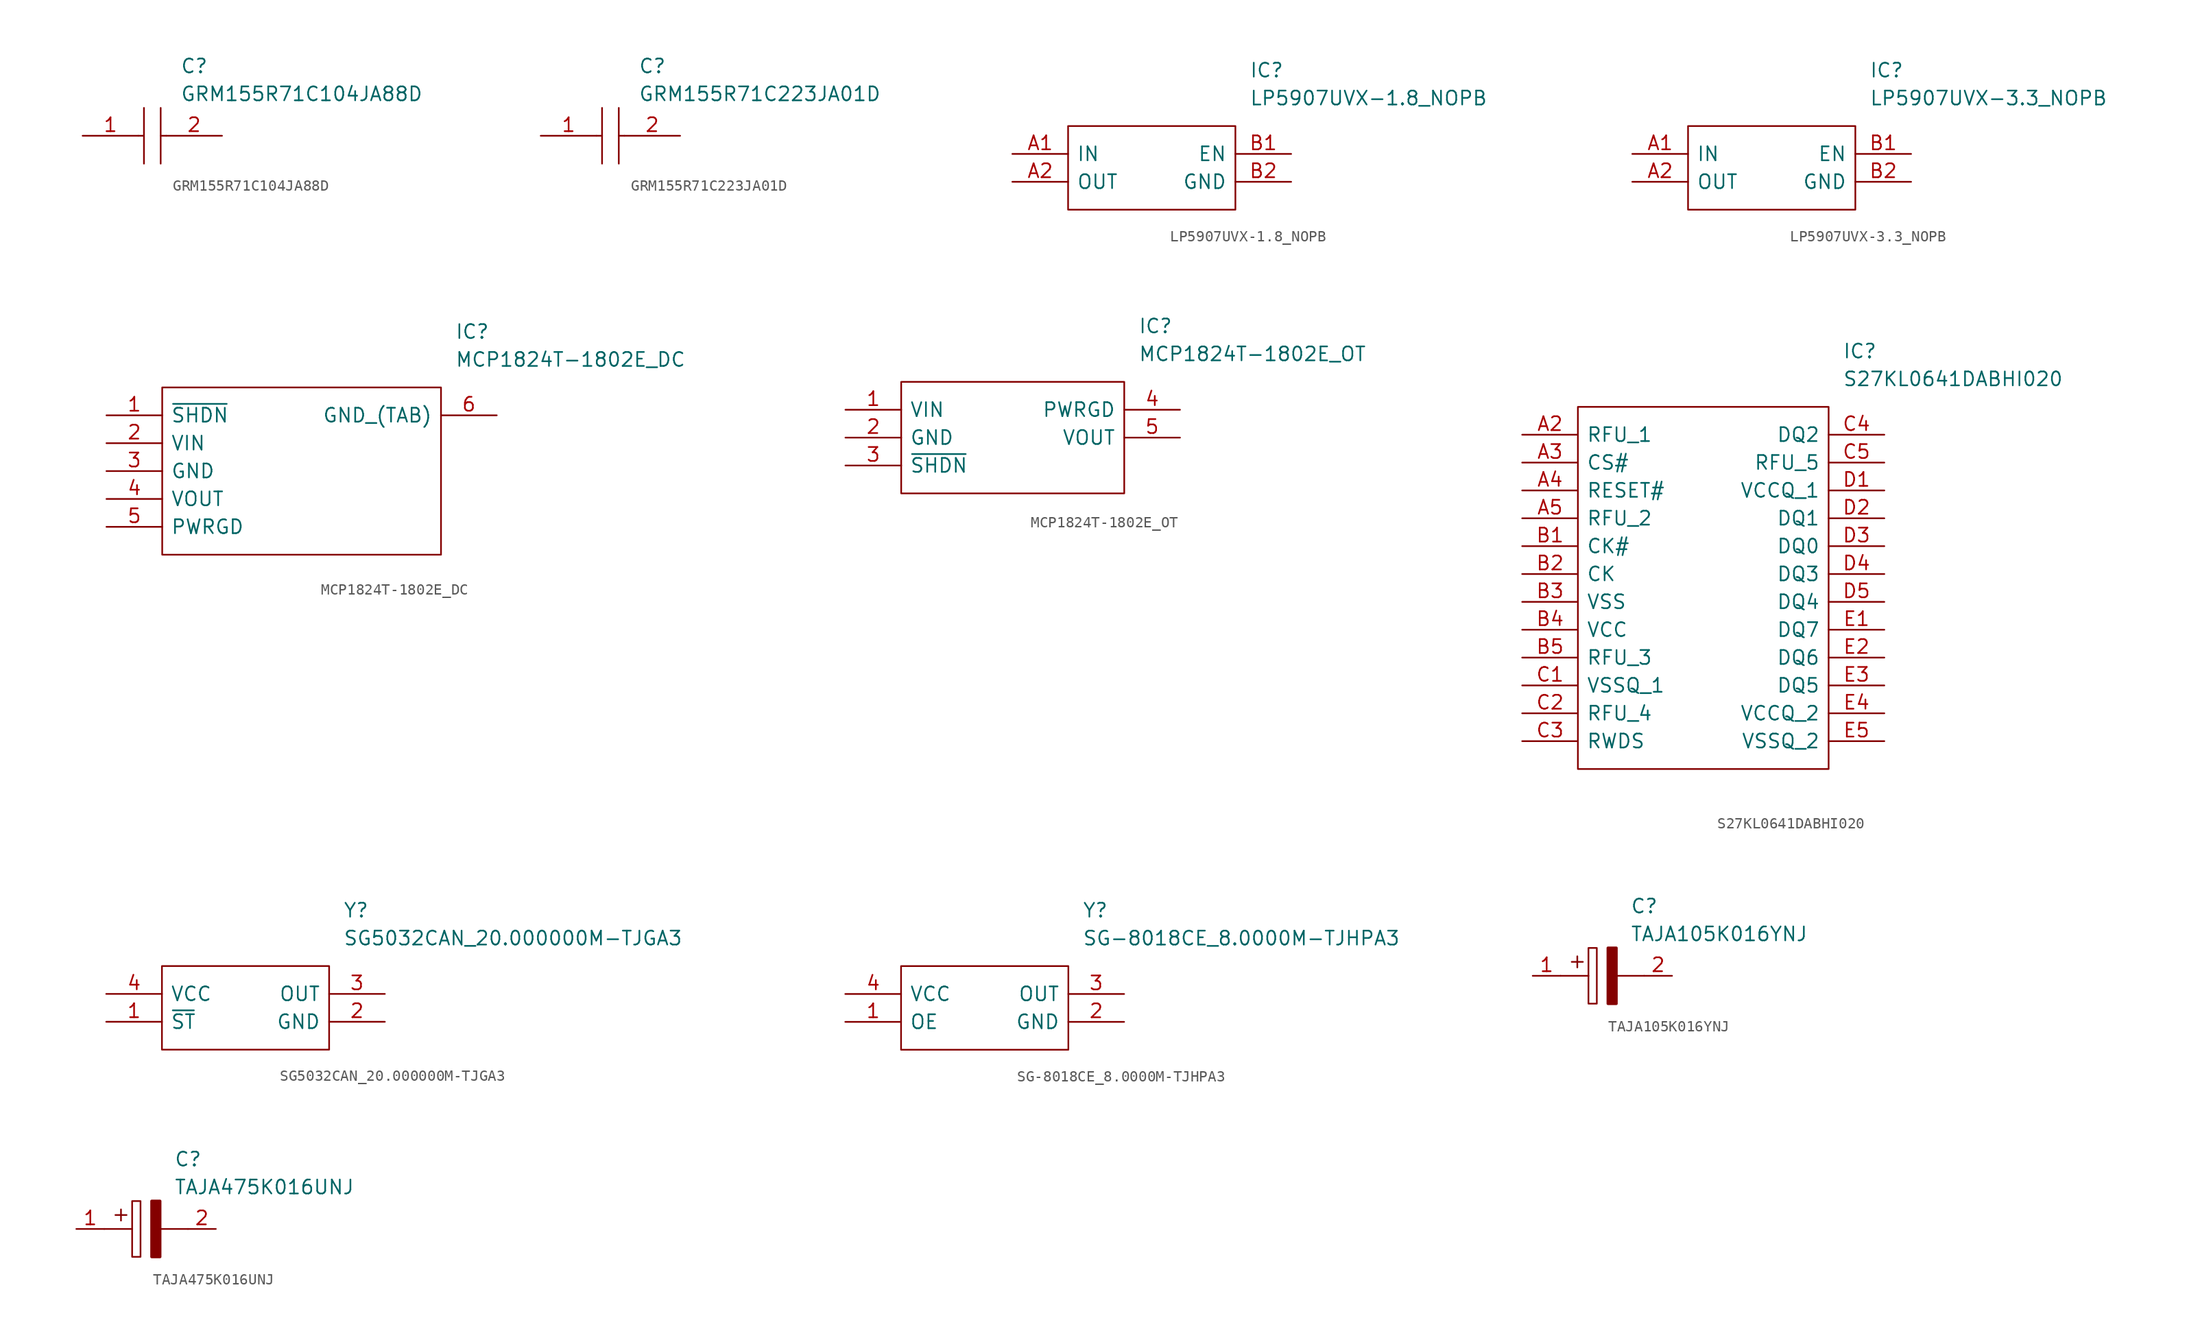
<source format=kicad_sym>
(kicad_symbol_lib
  (version 20211014)
  (generator kicad_symbol_editor)
  (symbol "GRM155R71C104JA88D"
    (pin_names
      (offset 0.762))
    (property "Reference" "C"
      (at 8.89 6.35 0)
      (effects (font (size 1.27 1.27)) (justify left)))
    (property "Value" "GRM155R71C104JA88D"
      (at 8.89 3.81 0)
      (effects (font (size 1.27 1.27)) (justify left)))
    (symbol "GRM155R71C104JA88D_0_0"
      (pin passive line (at 0 0 0) (length 5.08) (name "~" (effects (font (size 1.27 1.27)))) (number "1" (effects (font (size 1.27 1.27)))))
      (pin passive line (at 12.7 0 180) (length 5.08) (name "~" (effects (font (size 1.27 1.27)))) (number "2" (effects (font (size 1.27 1.27))))))
    (symbol "GRM155R71C104JA88D_0_1"
      (polyline (pts (xy 5.08 0) (xy 5.588 0)) (stroke (width 0.152) (type default) (color 0 0 0 0)) (fill (type none)))
      (polyline (pts (xy 5.588 2.54) (xy 5.588 -2.54)) (stroke (width 0.152) (type default) (color 0 0 0 0)) (fill (type none)))
      (polyline (pts (xy 7.112 0) (xy 7.62 0)) (stroke (width 0.152) (type default) (color 0 0 0 0)) (fill (type none)))
      (polyline (pts (xy 7.112 2.54) (xy 7.112 -2.54)) (stroke (width 0.152) (type default) (color 0 0 0 0)) (fill (type none)))))
  (symbol "GRM155R71C223JA01D"
    (pin_names
      (offset 0.762))
    (property "Reference" "C"
      (at 8.89 6.35 0)
      (effects (font (size 1.27 1.27)) (justify left)))
    (property "Value" "GRM155R71C223JA01D"
      (at 8.89 3.81 0)
      (effects (font (size 1.27 1.27)) (justify left)))
    (symbol "GRM155R71C223JA01D_0_0"
      (pin passive line (at 0 0 0) (length 5.08) (name "~" (effects (font (size 1.27 1.27)))) (number "1" (effects (font (size 1.27 1.27)))))
      (pin passive line (at 12.7 0 180) (length 5.08) (name "~" (effects (font (size 1.27 1.27)))) (number "2" (effects (font (size 1.27 1.27))))))
    (symbol "GRM155R71C223JA01D_0_1"
      (polyline (pts (xy 5.08 0) (xy 5.588 0)) (stroke (width 0.152) (type default) (color 0 0 0 0)) (fill (type none)))
      (polyline (pts (xy 5.588 2.54) (xy 5.588 -2.54)) (stroke (width 0.152) (type default) (color 0 0 0 0)) (fill (type none)))
      (polyline (pts (xy 7.112 0) (xy 7.62 0)) (stroke (width 0.152) (type default) (color 0 0 0 0)) (fill (type none)))
      (polyline (pts (xy 7.112 2.54) (xy 7.112 -2.54)) (stroke (width 0.152) (type default) (color 0 0 0 0)) (fill (type none)))))
  (symbol "LP5907UVX-1.8_NOPB"
    (pin_names
      (offset 0.762))
    (property "Reference" "IC"
      (at 21.59 7.62 0)
      (effects (font (size 1.27 1.27)) (justify left)))
    (property "Value" "LP5907UVX-1.8_NOPB"
      (at 21.59 5.08 0)
      (effects (font (size 1.27 1.27)) (justify left)))
    (symbol "LP5907UVX-1.8_NOPB_0_0"
      (pin power_in line (at 0 0 0) (length 5.08) (name "IN" (effects (font (size 1.27 1.27)))) (number "A1" (effects (font (size 1.27 1.27)))))
      (pin power_out line (at 0 -2.54 0) (length 5.08) (name "OUT" (effects (font (size 1.27 1.27)))) (number "A2" (effects (font (size 1.27 1.27)))))
      (pin passive line (at 25.4 0 180) (length 5.08) (name "EN" (effects (font (size 1.27 1.27)))) (number "B1" (effects (font (size 1.27 1.27)))))
      (pin passive line (at 25.4 -2.54 180) (length 5.08) (name "GND" (effects (font (size 1.27 1.27)))) (number "B2" (effects (font (size 1.27 1.27))))))
    (symbol "LP5907UVX-1.8_NOPB_0_1"
      (polyline (pts (xy 5.08 2.54) (xy 20.32 2.54) (xy 20.32 -5.08) (xy 5.08 -5.08) (xy 5.08 2.54)) (stroke (width 0.152) (type default) (color 0 0 0 0)) (fill (type none)))))
  (symbol "LP5907UVX-3.3_NOPB"
    (pin_names
      (offset 0.762))
    (property "Reference" "IC"
      (at 21.59 7.62 0)
      (effects (font (size 1.27 1.27)) (justify left)))
    (property "Value" "LP5907UVX-3.3_NOPB"
      (at 21.59 5.08 0)
      (effects (font (size 1.27 1.27)) (justify left)))
    (symbol "LP5907UVX-3.3_NOPB_0_0"
      (pin power_in line (at 0 0 0) (length 5.08) (name "IN" (effects (font (size 1.27 1.27)))) (number "A1" (effects (font (size 1.27 1.27)))))
      (pin power_out line (at 0 -2.54 0) (length 5.08) (name "OUT" (effects (font (size 1.27 1.27)))) (number "A2" (effects (font (size 1.27 1.27)))))
      (pin passive line (at 25.4 0 180) (length 5.08) (name "EN" (effects (font (size 1.27 1.27)))) (number "B1" (effects (font (size 1.27 1.27)))))
      (pin passive line (at 25.4 -2.54 180) (length 5.08) (name "GND" (effects (font (size 1.27 1.27)))) (number "B2" (effects (font (size 1.27 1.27))))))
    (symbol "LP5907UVX-3.3_NOPB_0_1"
      (polyline (pts (xy 5.08 2.54) (xy 20.32 2.54) (xy 20.32 -5.08) (xy 5.08 -5.08) (xy 5.08 2.54)) (stroke (width 0.152) (type default) (color 0 0 0 0)) (fill (type none)))))
  (symbol "MCP1824T-1802E_DC"
    (pin_names
      (offset 0.762))
    (property "Reference" "IC"
      (at 31.75 7.62 0)
      (effects (font (size 1.27 1.27)) (justify left)))
    (property "Value" "MCP1824T-1802E_DC"
      (at 31.75 5.08 0)
      (effects (font (size 1.27 1.27)) (justify left)))
    (symbol "MCP1824T-1802E_DC_0_0"
      (pin passive line (at 0 0 0) (length 5.08) (name "~{SHDN}" (effects (font (size 1.27 1.27)))) (number "1" (effects (font (size 1.27 1.27)))))
      (pin power_in line (at 0 -2.54 0) (length 5.08) (name "VIN" (effects (font (size 1.27 1.27)))) (number "2" (effects (font (size 1.27 1.27)))))
      (pin power_in line (at 0 -5.08 0) (length 5.08) (name "GND" (effects (font (size 1.27 1.27)))) (number "3" (effects (font (size 1.27 1.27)))))
      (pin power_out line (at 0 -7.62 0) (length 5.08) (name "VOUT" (effects (font (size 1.27 1.27)))) (number "4" (effects (font (size 1.27 1.27)))))
      (pin passive line (at 0 -10.16 0) (length 5.08) (name "PWRGD" (effects (font (size 1.27 1.27)))) (number "5" (effects (font (size 1.27 1.27)))))
      (pin power_in line (at 35.56 0 180) (length 5.08) (name "GND_(TAB)" (effects (font (size 1.27 1.27)))) (number "6" (effects (font (size 1.27 1.27))))))
    (symbol "MCP1824T-1802E_DC_0_1"
      (polyline (pts (xy 5.08 2.54) (xy 30.48 2.54) (xy 30.48 -12.7) (xy 5.08 -12.7) (xy 5.08 2.54)) (stroke (width 0.152) (type default) (color 0 0 0 0)) (fill (type none)))))
  (symbol "MCP1824T-1802E_OT"
    (pin_names
      (offset 0.762))
    (property "Reference" "IC"
      (at 26.67 7.62 0)
      (effects (font (size 1.27 1.27)) (justify left)))
    (property "Value" "MCP1824T-1802E_OT"
      (at 26.67 5.08 0)
      (effects (font (size 1.27 1.27)) (justify left)))
    (symbol "MCP1824T-1802E_OT_0_0"
      (pin power_in line (at 0 0 0) (length 5.08) (name "VIN" (effects (font (size 1.27 1.27)))) (number "1" (effects (font (size 1.27 1.27)))))
      (pin power_in line (at 0 -2.54 0) (length 5.08) (name "GND" (effects (font (size 1.27 1.27)))) (number "2" (effects (font (size 1.27 1.27)))))
      (pin passive line (at 0 -5.08 0) (length 5.08) (name "~{SHDN}" (effects (font (size 1.27 1.27)))) (number "3" (effects (font (size 1.27 1.27)))))
      (pin power_in line (at 30.48 0 180) (length 5.08) (name "PWRGD" (effects (font (size 1.27 1.27)))) (number "4" (effects (font (size 1.27 1.27)))))
      (pin power_out line (at 30.48 -2.54 180) (length 5.08) (name "VOUT" (effects (font (size 1.27 1.27)))) (number "5" (effects (font (size 1.27 1.27))))))
    (symbol "MCP1824T-1802E_OT_0_1"
      (polyline (pts (xy 5.08 2.54) (xy 25.4 2.54) (xy 25.4 -7.62) (xy 5.08 -7.62) (xy 5.08 2.54)) (stroke (width 0.152) (type default) (color 0 0 0 0)) (fill (type none)))))
  (symbol "S27KL0641DABHI020"
    (pin_names
      (offset 0.762))
    (property "Reference" "IC"
      (at 29.21 7.62 0)
      (effects (font (size 1.27 1.27)) (justify left)))
    (property "Value" "S27KL0641DABHI020"
      (at 29.21 5.08 0)
      (effects (font (size 1.27 1.27)) (justify left)))
    (symbol "S27KL0641DABHI020_0_0"
      (pin passive line (at 0 0 0) (length 5.08) (name "RFU_1" (effects (font (size 1.27 1.27)))) (number "A2" (effects (font (size 1.27 1.27)))))
      (pin passive line (at 0 -2.54 0) (length 5.08) (name "CS#" (effects (font (size 1.27 1.27)))) (number "A3" (effects (font (size 1.27 1.27)))))
      (pin passive line (at 0 -5.08 0) (length 5.08) (name "RESET#" (effects (font (size 1.27 1.27)))) (number "A4" (effects (font (size 1.27 1.27)))))
      (pin passive line (at 0 -7.62 0) (length 5.08) (name "RFU_2" (effects (font (size 1.27 1.27)))) (number "A5" (effects (font (size 1.27 1.27)))))
      (pin passive line (at 0 -10.16 0) (length 5.08) (name "CK#" (effects (font (size 1.27 1.27)))) (number "B1" (effects (font (size 1.27 1.27)))))
      (pin passive line (at 0 -12.7 0) (length 5.08) (name "CK" (effects (font (size 1.27 1.27)))) (number "B2" (effects (font (size 1.27 1.27)))))
      (pin passive line (at 0 -15.24 0) (length 5.08) (name "VSS" (effects (font (size 1.27 1.27)))) (number "B3" (effects (font (size 1.27 1.27)))))
      (pin passive line (at 0 -17.78 0) (length 5.08) (name "VCC" (effects (font (size 1.27 1.27)))) (number "B4" (effects (font (size 1.27 1.27)))))
      (pin passive line (at 0 -20.32 0) (length 5.08) (name "RFU_3" (effects (font (size 1.27 1.27)))) (number "B5" (effects (font (size 1.27 1.27)))))
      (pin passive line (at 0 -22.86 0) (length 5.08) (name "VSSQ_1" (effects (font (size 1.27 1.27)))) (number "C1" (effects (font (size 1.27 1.27)))))
      (pin passive line (at 0 -25.4 0) (length 5.08) (name "RFU_4" (effects (font (size 1.27 1.27)))) (number "C2" (effects (font (size 1.27 1.27)))))
      (pin passive line (at 0 -27.94 0) (length 5.08) (name "RWDS" (effects (font (size 1.27 1.27)))) (number "C3" (effects (font (size 1.27 1.27)))))
      (pin passive line (at 33.02 0 180) (length 5.08) (name "DQ2" (effects (font (size 1.27 1.27)))) (number "C4" (effects (font (size 1.27 1.27)))))
      (pin passive line (at 33.02 -2.54 180) (length 5.08) (name "RFU_5" (effects (font (size 1.27 1.27)))) (number "C5" (effects (font (size 1.27 1.27)))))
      (pin passive line (at 33.02 -5.08 180) (length 5.08) (name "VCCQ_1" (effects (font (size 1.27 1.27)))) (number "D1" (effects (font (size 1.27 1.27)))))
      (pin passive line (at 33.02 -7.62 180) (length 5.08) (name "DQ1" (effects (font (size 1.27 1.27)))) (number "D2" (effects (font (size 1.27 1.27)))))
      (pin passive line (at 33.02 -10.16 180) (length 5.08) (name "DQ0" (effects (font (size 1.27 1.27)))) (number "D3" (effects (font (size 1.27 1.27)))))
      (pin passive line (at 33.02 -12.7 180) (length 5.08) (name "DQ3" (effects (font (size 1.27 1.27)))) (number "D4" (effects (font (size 1.27 1.27)))))
      (pin passive line (at 33.02 -15.24 180) (length 5.08) (name "DQ4" (effects (font (size 1.27 1.27)))) (number "D5" (effects (font (size 1.27 1.27)))))
      (pin passive line (at 33.02 -17.78 180) (length 5.08) (name "DQ7" (effects (font (size 1.27 1.27)))) (number "E1" (effects (font (size 1.27 1.27)))))
      (pin passive line (at 33.02 -20.32 180) (length 5.08) (name "DQ6" (effects (font (size 1.27 1.27)))) (number "E2" (effects (font (size 1.27 1.27)))))
      (pin passive line (at 33.02 -22.86 180) (length 5.08) (name "DQ5" (effects (font (size 1.27 1.27)))) (number "E3" (effects (font (size 1.27 1.27)))))
      (pin passive line (at 33.02 -25.4 180) (length 5.08) (name "VCCQ_2" (effects (font (size 1.27 1.27)))) (number "E4" (effects (font (size 1.27 1.27)))))
      (pin passive line (at 33.02 -27.94 180) (length 5.08) (name "VSSQ_2" (effects (font (size 1.27 1.27)))) (number "E5" (effects (font (size 1.27 1.27))))))
    (symbol "S27KL0641DABHI020_0_1"
      (polyline (pts (xy 5.08 2.54) (xy 27.94 2.54) (xy 27.94 -30.48) (xy 5.08 -30.48) (xy 5.08 2.54)) (stroke (width 0.152) (type default) (color 0 0 0 0)) (fill (type none)))))
  (symbol "SG5032CAN_20.000000M-TJGA3"
    (pin_names
      (offset 0.762))
    (property "Reference" "Y"
      (at 21.59 7.62 0)
      (effects (font (size 1.27 1.27)) (justify left)))
    (property "Value" "SG5032CAN_20.000000M-TJGA3"
      (at 21.59 5.08 0)
      (effects (font (size 1.27 1.27)) (justify left)))
    (symbol "SG5032CAN_20.000000M-TJGA3_0_0"
      (pin passive line (at 0 -2.54 0) (length 5.08) (name "~{ST}" (effects (font (size 1.27 1.27)))) (number "1" (effects (font (size 1.27 1.27)))))
      (pin passive line (at 25.4 -2.54 180) (length 5.08) (name "GND" (effects (font (size 1.27 1.27)))) (number "2" (effects (font (size 1.27 1.27)))))
      (pin passive line (at 25.4 0 180) (length 5.08) (name "OUT" (effects (font (size 1.27 1.27)))) (number "3" (effects (font (size 1.27 1.27)))))
      (pin passive line (at 0 0 0) (length 5.08) (name "VCC" (effects (font (size 1.27 1.27)))) (number "4" (effects (font (size 1.27 1.27))))))
    (symbol "SG5032CAN_20.000000M-TJGA3_0_1"
      (polyline (pts (xy 5.08 2.54) (xy 20.32 2.54) (xy 20.32 -5.08) (xy 5.08 -5.08) (xy 5.08 2.54)) (stroke (width 0.152) (type default) (color 0 0 0 0)) (fill (type none)))))
  (symbol "SG-8018CE_8.0000M-TJHPA3"
    (pin_names
      (offset 0.762))
    (property "Reference" "Y"
      (at 21.59 7.62 0)
      (effects (font (size 1.27 1.27)) (justify left)))
    (property "Value" "SG-8018CE_8.0000M-TJHPA3"
      (at 21.59 5.08 0)
      (effects (font (size 1.27 1.27)) (justify left)))
    (symbol "SG-8018CE_8.0000M-TJHPA3_0_0"
      (pin passive line (at 0 -2.54 0) (length 5.08) (name "OE" (effects (font (size 1.27 1.27)))) (number "1" (effects (font (size 1.27 1.27)))))
      (pin passive line (at 25.4 -2.54 180) (length 5.08) (name "GND" (effects (font (size 1.27 1.27)))) (number "2" (effects (font (size 1.27 1.27)))))
      (pin passive line (at 25.4 0 180) (length 5.08) (name "OUT" (effects (font (size 1.27 1.27)))) (number "3" (effects (font (size 1.27 1.27)))))
      (pin passive line (at 0 0 0) (length 5.08) (name "VCC" (effects (font (size 1.27 1.27)))) (number "4" (effects (font (size 1.27 1.27))))))
    (symbol "SG-8018CE_8.0000M-TJHPA3_0_1"
      (polyline (pts (xy 5.08 2.54) (xy 20.32 2.54) (xy 20.32 -5.08) (xy 5.08 -5.08) (xy 5.08 2.54)) (stroke (width 0.152) (type default) (color 0 0 0 0)) (fill (type none)))))
  (symbol "TAJA105K016YNJ"
    (pin_names
      (offset 0.762))
    (property "Reference" "C"
      (at 8.89 6.35 0)
      (effects (font (size 1.27 1.27)) (justify left)))
    (property "Value" "TAJA105K016YNJ"
      (at 8.89 3.81 0)
      (effects (font (size 1.27 1.27)) (justify left)))
    (symbol "TAJA105K016YNJ_0_0"
      (pin passive line (at 0 0 0) (length 2.54) (name "~" (effects (font (size 1.27 1.27)))) (number "1" (effects (font (size 1.27 1.27)))))
      (pin passive line (at 12.7 0 180) (length 2.54) (name "~" (effects (font (size 1.27 1.27)))) (number "2" (effects (font (size 1.27 1.27))))))
    (symbol "TAJA105K016YNJ_0_1"
      (polyline (pts (xy 2.54 0) (xy 5.08 0)) (stroke (width 0.152) (type default) (color 0 0 0 0)) (fill (type none)))
      (polyline (pts (xy 4.064 1.778) (xy 4.064 0.762)) (stroke (width 0.152) (type default) (color 0 0 0 0)) (fill (type none)))
      (polyline (pts (xy 4.572 1.27) (xy 3.556 1.27)) (stroke (width 0.152) (type default) (color 0 0 0 0)) (fill (type none)))
      (polyline (pts (xy 7.62 0) (xy 10.16 0)) (stroke (width 0.152) (type default) (color 0 0 0 0)) (fill (type none)))
      (polyline (pts (xy 5.08 2.54) (xy 5.08 -2.54) (xy 5.842 -2.54) (xy 5.842 2.54) (xy 5.08 2.54)) (stroke (width 0.152) (type default) (color 0 0 0 0)) (fill (type none)))
      (polyline (pts (xy 7.62 2.54) (xy 7.62 -2.54) (xy 6.858 -2.54) (xy 6.858 2.54) (xy 7.62 2.54)) (stroke (width 0.254) (type default) (color 0 0 0 0)) (fill (type outline)))))
  (symbol "TAJA475K016UNJ"
    (pin_names
      (offset 0.762))
    (property "Reference" "C"
      (at 8.89 6.35 0)
      (effects (font (size 1.27 1.27)) (justify left)))
    (property "Value" "TAJA475K016UNJ"
      (at 8.89 3.81 0)
      (effects (font (size 1.27 1.27)) (justify left)))
    (symbol "TAJA475K016UNJ_0_0"
      (pin passive line (at 0 0 0) (length 2.54) (name "~" (effects (font (size 1.27 1.27)))) (number "1" (effects (font (size 1.27 1.27)))))
      (pin passive line (at 12.7 0 180) (length 2.54) (name "~" (effects (font (size 1.27 1.27)))) (number "2" (effects (font (size 1.27 1.27))))))
    (symbol "TAJA475K016UNJ_0_1"
      (polyline (pts (xy 2.54 0) (xy 5.08 0)) (stroke (width 0.152) (type default) (color 0 0 0 0)) (fill (type none)))
      (polyline (pts (xy 4.064 1.778) (xy 4.064 0.762)) (stroke (width 0.152) (type default) (color 0 0 0 0)) (fill (type none)))
      (polyline (pts (xy 4.572 1.27) (xy 3.556 1.27)) (stroke (width 0.152) (type default) (color 0 0 0 0)) (fill (type none)))
      (polyline (pts (xy 7.62 0) (xy 10.16 0)) (stroke (width 0.152) (type default) (color 0 0 0 0)) (fill (type none)))
      (polyline (pts (xy 5.08 2.54) (xy 5.08 -2.54) (xy 5.842 -2.54) (xy 5.842 2.54) (xy 5.08 2.54)) (stroke (width 0.152) (type default) (color 0 0 0 0)) (fill (type none)))
      (polyline (pts (xy 7.62 2.54) (xy 7.62 -2.54) (xy 6.858 -2.54) (xy 6.858 2.54) (xy 7.62 2.54)) (stroke (width 0.254) (type default) (color 0 0 0 0)) (fill (type outline))))))
</source>
